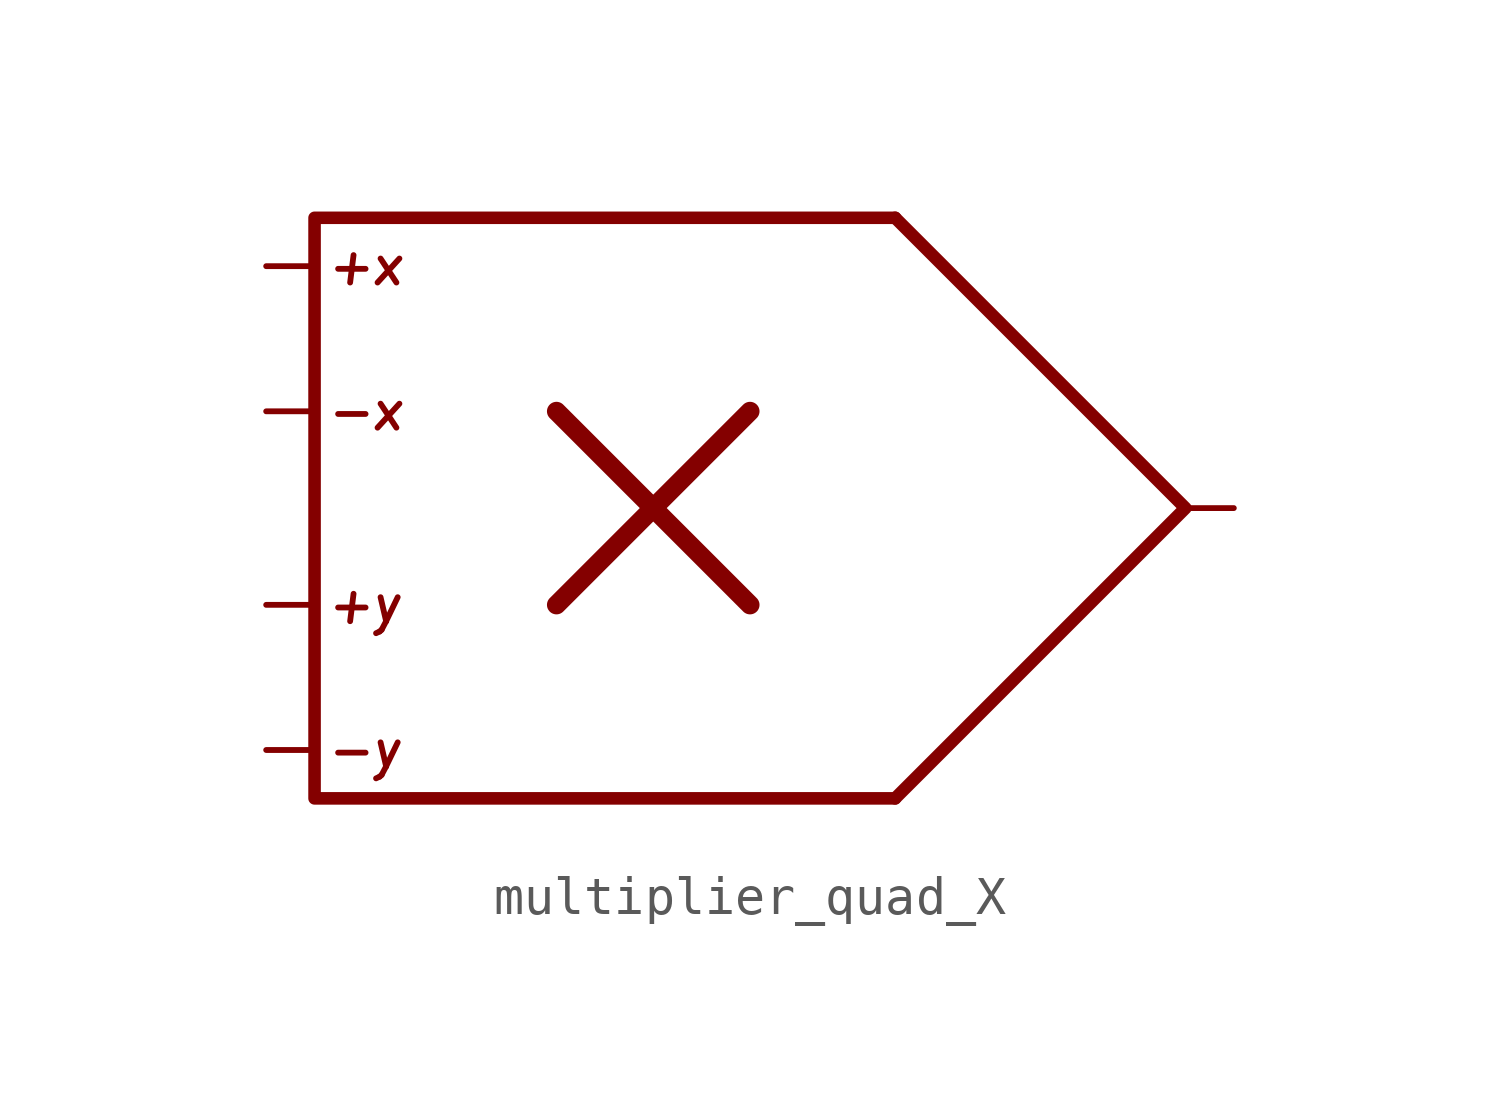
<source format=kicad_sym>
(kicad_symbol_lib
  (version 20211014)
  (generator kicad_symbol_editor)
  (symbol "multiplier_quad_X"
    (property "Reference" "U"
      (at 3.81 12.7 0)
      (effects (font (size 1.27 1.27)) hide))
    (symbol "multiplier_quad_X_0_0"
      (polyline (pts (xy -8.89 -2.54) (xy -3.81 2.54)) (stroke (width 0.5) (type default) (color 0 0 0 0)) (fill (type none)))
      (polyline (pts (xy -8.89 2.54) (xy -3.81 -2.54)) (stroke (width 0.5) (type default) (color 0 0 0 0)) (fill (type none)))
      (polyline (pts (xy 0 7.62) (xy -15.24 7.62) (xy -15.24 -7.62) (xy 0 -7.62)) (stroke (width 0.33) (type default) (color 0 0 0 0)) (fill (type none)))
      (text "+x" (at -14.986 6.35 0) (effects (font (size 0.945 0.945) italic) (justify left)))
      (text "+y" (at -14.986 -2.54 0) (effects (font (size 0.945 0.945) italic) (justify left)))
      (text "-x" (at -14.986 2.54 0) (effects (font (size 0.945 0.945) italic) (justify left)))
      (text "-y" (at -14.986 -6.35 0) (effects (font (size 0.945 0.945) italic) (justify left))))
    (symbol "multiplier_quad_X_0_1"
      (polyline (pts (xy 0 7.62) (xy 7.62 0) (xy 0 -7.62)) (stroke (width 0.33) (type default) (color 0 0 0 0)) (fill (type none))))
    (symbol "multiplier_quad_X_1_1"
      (pin input line (at -16.51 -6.35 0) (length 1.27) (name "" (effects (font (size 1.27 1.27)))) (number "" (effects (font (size 1.27 1.27)))))
      (pin input line (at -16.51 -2.54 0) (length 1.27) (name "" (effects (font (size 1.27 1.27)))) (number "" (effects (font (size 1.27 1.27)))))
      (pin input line (at -16.51 2.54 0) (length 1.27) (name "" (effects (font (size 1.27 1.27)))) (number "" (effects (font (size 1.27 1.27)))))
      (pin input line (at -16.51 6.35 0) (length 1.27) (name "" (effects (font (size 1.27 1.27)))) (number "" (effects (font (size 1.27 1.27)))))
      (pin output line (at 8.89 0 180) (length 1.27) (name "" (effects (font (size 1.27 1.27)))) (number "" (effects (font (size 1.27 1.27))))))))
</source>
